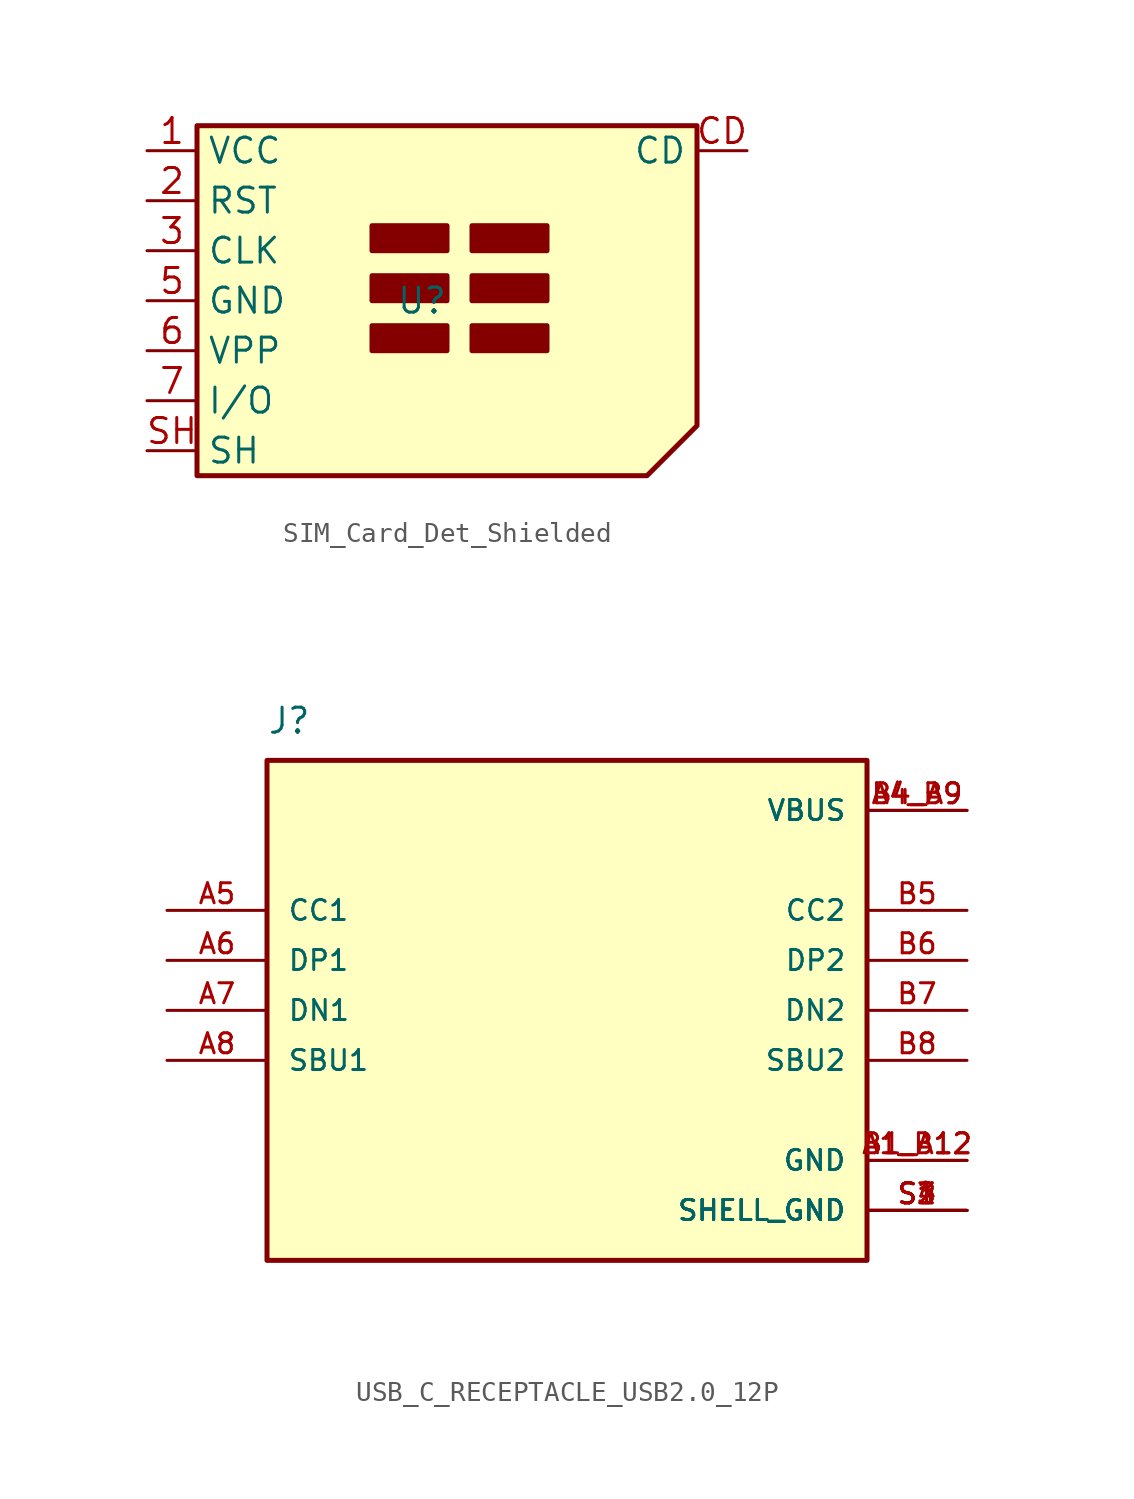
<source format=kicad_sym>
(kicad_symbol_lib
  (version 20241209)
  (generator "kicad_symbol_editor")
  (generator_version "9.0")
  (symbol "SIM_Card_Det_Shielded"
    (property "Reference" "U"
      (at -1.27 -1.27 0)
      (effects (font (size 1.27 1.27))))
    (property "Value" ""
      (at 0 0 0)
      (effects (font (size 1.27 1.27))))
    (symbol "SIM_Card_Det_Shielded_0_1"
      (polyline (pts (xy -12.7 7.62) (xy -12.7 -10.16) (xy 10.16 -10.16) (xy 12.7 -7.62) (xy 12.7 7.62) (xy -12.7 7.62)) (stroke (width 0.254) (type default)) (fill (type background)))
      (rectangle (start -3.81 1.27) (end 0 2.54) (stroke (width 0.254) (type default)) (fill (type outline)))
      (rectangle (start -3.81 -1.27) (end 0 0) (stroke (width 0.254) (type default)) (fill (type outline)))
      (rectangle (start -3.81 -3.81) (end 0 -2.54) (stroke (width 0.254) (type default)) (fill (type outline)))
      (rectangle (start 1.27 1.27) (end 5.08 2.54) (stroke (width 0.254) (type default)) (fill (type outline)))
      (rectangle (start 1.27 -1.27) (end 5.08 0) (stroke (width 0.254) (type default)) (fill (type outline)))
      (rectangle (start 1.27 -2.54) (end 5.08 -3.81) (stroke (width 0.254) (type default)) (fill (type outline))))
    (symbol "SIM_Card_Det_Shielded_1_1"
      (pin power_in line (at -15.24 6.35 0) (length 2.54) (name "VCC" (effects (font (size 1.27 1.27)))) (number "1" (effects (font (size 1.27 1.27)))))
      (pin input line (at -15.24 3.81 0) (length 2.54) (name "RST" (effects (font (size 1.27 1.27)))) (number "2" (effects (font (size 1.27 1.27)))))
      (pin input line (at -15.24 1.27 0) (length 2.54) (name "CLK" (effects (font (size 1.27 1.27)))) (number "3" (effects (font (size 1.27 1.27)))))
      (pin power_in line (at -15.24 -1.27 0) (length 2.54) (name "GND" (effects (font (size 1.27 1.27)))) (number "5" (effects (font (size 1.27 1.27)))))
      (pin input line (at -15.24 -3.81 0) (length 2.54) (name "VPP" (effects (font (size 1.27 1.27)))) (number "6" (effects (font (size 1.27 1.27)))))
      (pin bidirectional line (at -15.24 -6.35 0) (length 2.54) (name "I/O" (effects (font (size 1.27 1.27)))) (number "7" (effects (font (size 1.27 1.27)))))
      (pin passive line (at -15.24 -8.89 0) (length 2.54) (name "SH" (effects (font (size 1.27 1.27)))) (number "SH" (effects (font (size 1.27 1.27)))))
      (pin passive line (at 15.24 6.35 180) (length 2.54) (name "CD" (effects (font (size 1.27 1.27)))) (number "CD" (effects (font (size 1.27 1.27)))))))
  (symbol "USB_C_RECEPTACLE_USB2.0_12P"
    (pin_names
      (offset 1.016))
    (property "Reference" "J"
      (at -15.24 13.97 0)
      (effects (font (size 1.27 1.27)) (justify left bottom)))
    (property "Value" ""
      (at -15.24 -15.24 0)
      (effects (font (size 1.27 1.27)) (justify left bottom)))
    (symbol "USB_C_RECEPTACLE_USB2.0_12P_0_0"
      (rectangle (start -15.24 -12.7) (end 15.24 12.7) (stroke (width 0.254) (type default)) (fill (type background)))
      (pin bidirectional line (at -20.32 5.08 0) (length 5.08) (name "CC1" (effects (font (size 1.016 1.016)))) (number "A5" (effects (font (size 1.016 1.016)))))
      (pin bidirectional line (at -20.32 2.54 0) (length 5.08) (name "DP1" (effects (font (size 1.016 1.016)))) (number "A6" (effects (font (size 1.016 1.016)))))
      (pin bidirectional line (at -20.32 0 0) (length 5.08) (name "DN1" (effects (font (size 1.016 1.016)))) (number "A7" (effects (font (size 1.016 1.016)))))
      (pin bidirectional line (at -20.32 -2.54 0) (length 5.08) (name "SBU1" (effects (font (size 1.016 1.016)))) (number "A8" (effects (font (size 1.016 1.016)))))
      (pin power_in line (at 20.32 10.16 180) (length 5.08) (name "VBUS" (effects (font (size 1.016 1.016)))) (number "A4_B9" (effects (font (size 1.016 1.016)))))
      (pin power_in line (at 20.32 10.16 180) (length 5.08) (name "VBUS" (effects (font (size 1.016 1.016)))) (number "B4_A9" (effects (font (size 1.016 1.016)))))
      (pin bidirectional line (at 20.32 5.08 180) (length 5.08) (name "CC2" (effects (font (size 1.016 1.016)))) (number "B5" (effects (font (size 1.016 1.016)))))
      (pin bidirectional line (at 20.32 2.54 180) (length 5.08) (name "DP2" (effects (font (size 1.016 1.016)))) (number "B6" (effects (font (size 1.016 1.016)))))
      (pin bidirectional line (at 20.32 0 180) (length 5.08) (name "DN2" (effects (font (size 1.016 1.016)))) (number "B7" (effects (font (size 1.016 1.016)))))
      (pin bidirectional line (at 20.32 -2.54 180) (length 5.08) (name "SBU2" (effects (font (size 1.016 1.016)))) (number "B8" (effects (font (size 1.016 1.016)))))
      (pin power_in line (at 20.32 -7.62 180) (length 5.08) (name "GND" (effects (font (size 1.016 1.016)))) (number "A1_B12" (effects (font (size 1.016 1.016)))))
      (pin power_in line (at 20.32 -7.62 180) (length 5.08) (name "GND" (effects (font (size 1.016 1.016)))) (number "B1_A12" (effects (font (size 1.016 1.016)))))
      (pin power_in line (at 20.32 -10.16 180) (length 5.08) (name "SHELL_GND" (effects (font (size 1.016 1.016)))) (number "S1" (effects (font (size 1.016 1.016)))))
      (pin power_in line (at 20.32 -10.16 180) (length 5.08) (name "SHELL_GND" (effects (font (size 1.016 1.016)))) (number "S2" (effects (font (size 1.016 1.016)))))
      (pin power_in line (at 20.32 -10.16 180) (length 5.08) (name "SHELL_GND" (effects (font (size 1.016 1.016)))) (number "S3" (effects (font (size 1.016 1.016)))))
      (pin power_in line (at 20.32 -10.16 180) (length 5.08) (name "SHELL_GND" (effects (font (size 1.016 1.016)))) (number "S4" (effects (font (size 1.016 1.016))))))))
</source>
